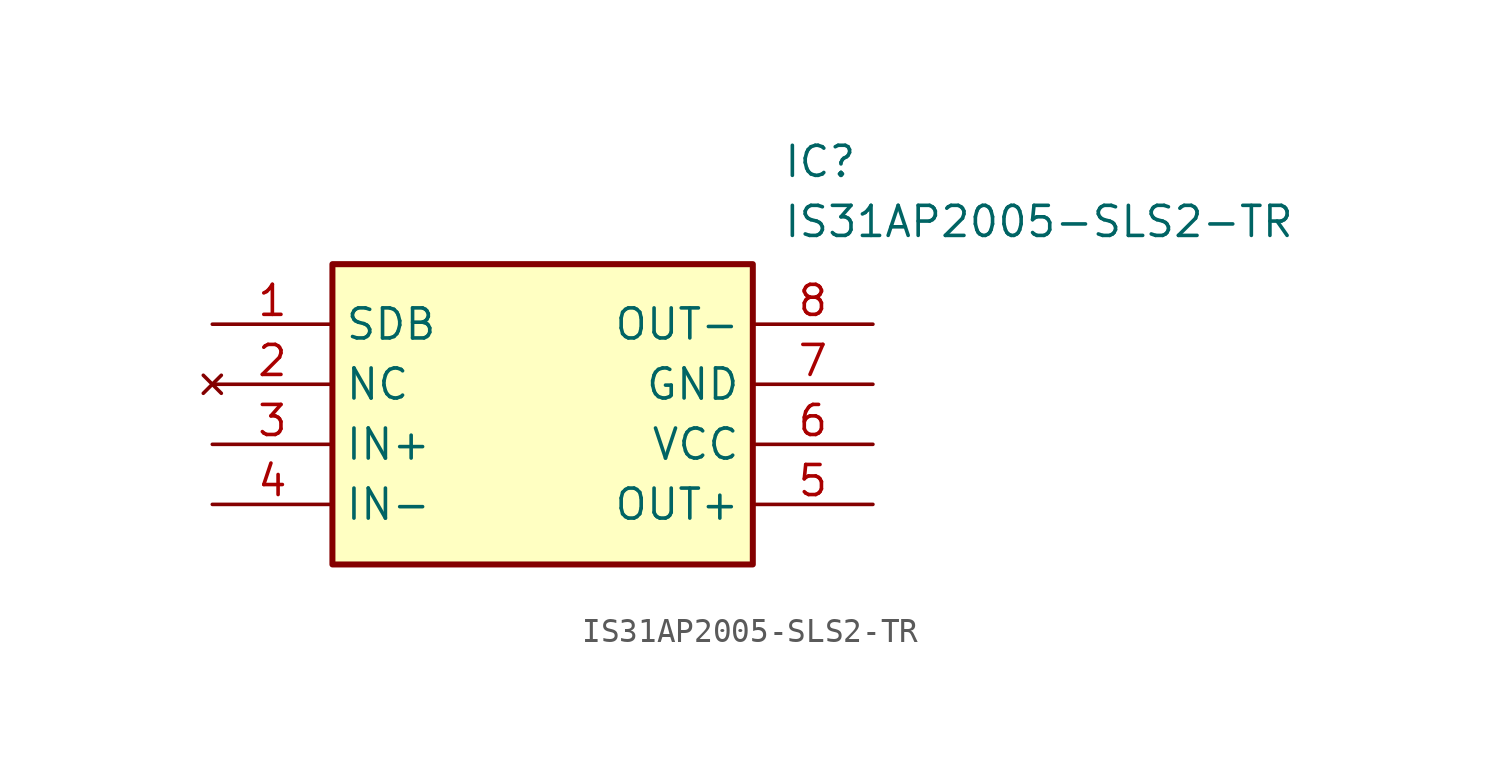
<source format=kicad_sym>
(kicad_symbol_lib
  (version 20211014)
  (generator SamacSys_ECAD_Model)
  (symbol "IS31AP2005-SLS2-TR"
    (property "Reference" "IC"
      (at 24.13 7.62 0)
      (effects (font (size 1.27 1.27)) (justify left top)))
    (property "Value" "IS31AP2005-SLS2-TR"
      (at 24.13 5.08 0)
      (effects (font (size 1.27 1.27)) (justify left top)))
    (rectangle
      (start 5.08 2.54)
      (end 22.86 -10.16)
      (stroke (width 0.254) (type default))
      (fill (type background)))
    (pin passive line
      (at 0 0 0)
      (length 5.08)
      (name "SDB" (effects (font (size 1.27 1.27))))
      (number "1" (effects (font (size 1.27 1.27)))))
    (pin no_connect line
      (at 0 -2.54 0)
      (length 5.08)
      (name "NC" (effects (font (size 1.27 1.27))))
      (number "2" (effects (font (size 1.27 1.27)))))
    (pin passive line
      (at 0 -5.08 0)
      (length 5.08)
      (name "IN+" (effects (font (size 1.27 1.27))))
      (number "3" (effects (font (size 1.27 1.27)))))
    (pin passive line
      (at 0 -7.62 0)
      (length 5.08)
      (name "IN-" (effects (font (size 1.27 1.27))))
      (number "4" (effects (font (size 1.27 1.27)))))
    (pin passive line
      (at 27.94 0 180)
      (length 5.08)
      (name "OUT-" (effects (font (size 1.27 1.27))))
      (number "8" (effects (font (size 1.27 1.27)))))
    (pin passive line
      (at 27.94 -2.54 180)
      (length 5.08)
      (name "GND" (effects (font (size 1.27 1.27))))
      (number "7" (effects (font (size 1.27 1.27)))))
    (pin passive line
      (at 27.94 -5.08 180)
      (length 5.08)
      (name "VCC" (effects (font (size 1.27 1.27))))
      (number "6" (effects (font (size 1.27 1.27)))))
    (pin passive line
      (at 27.94 -7.62 180)
      (length 5.08)
      (name "OUT+" (effects (font (size 1.27 1.27))))
      (number "5" (effects (font (size 1.27 1.27)))))))
</source>
